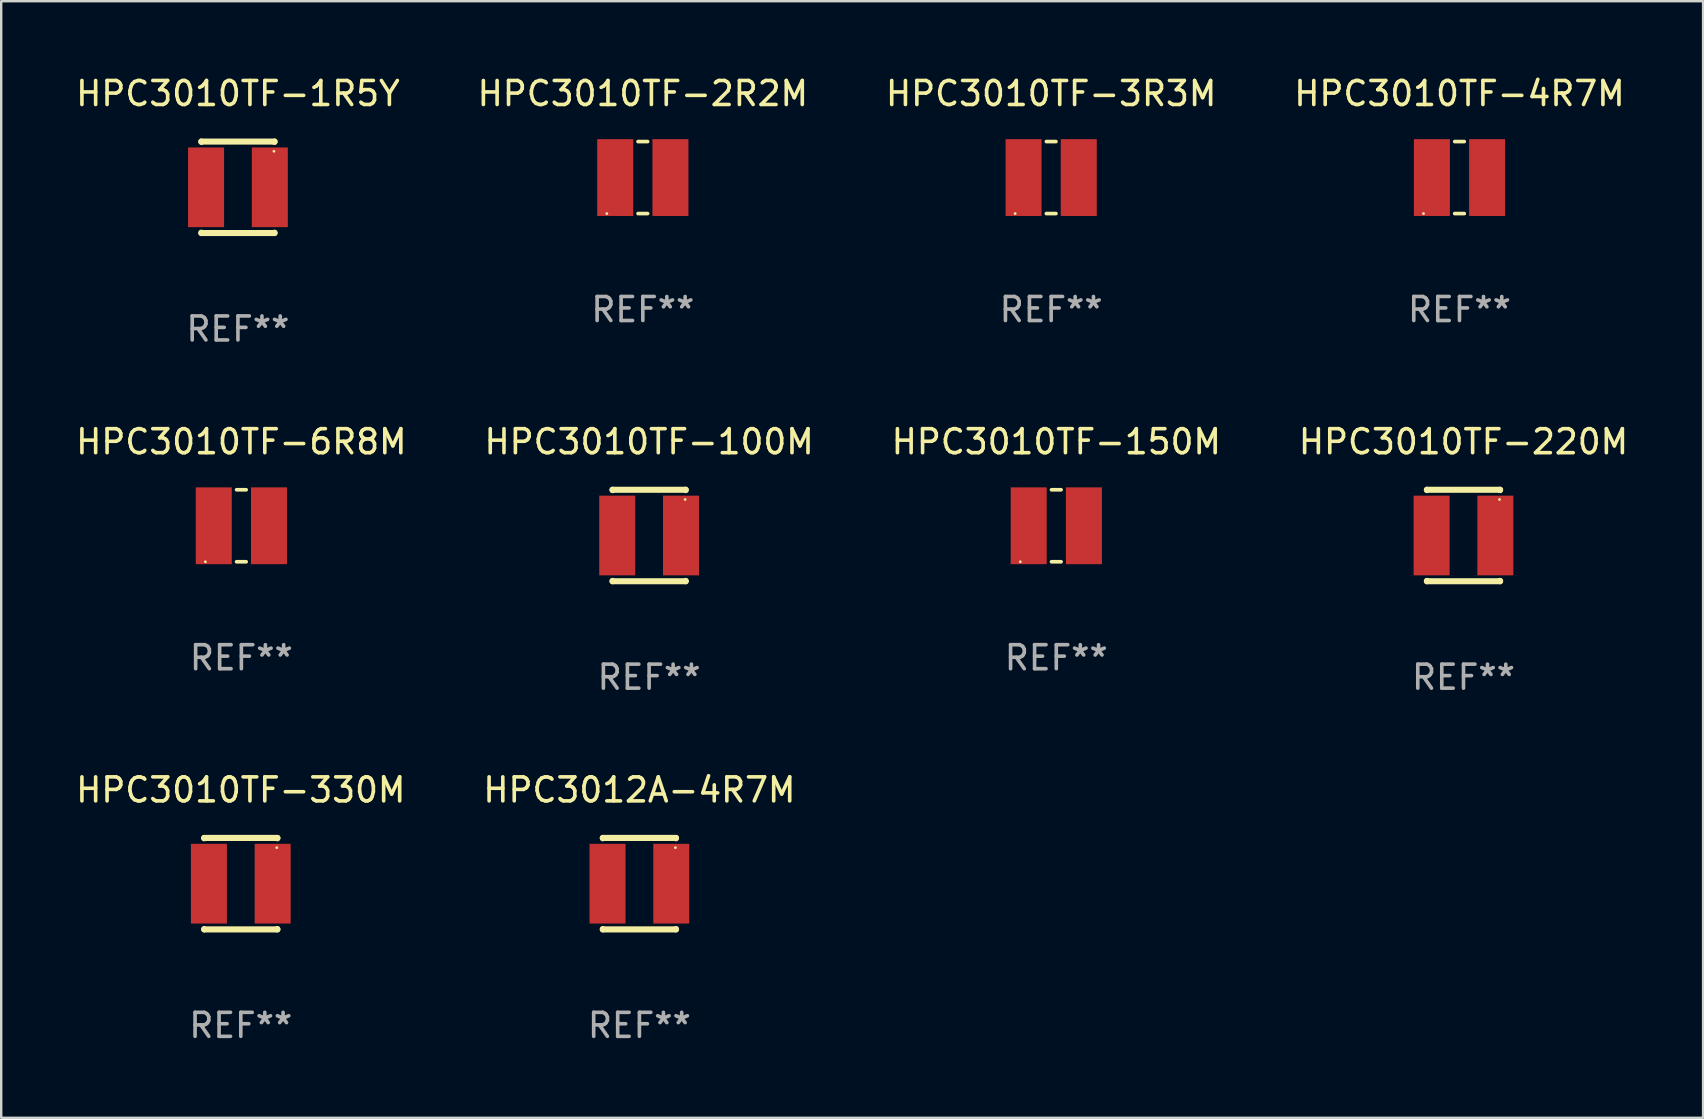
<source format=kicad_pcb>
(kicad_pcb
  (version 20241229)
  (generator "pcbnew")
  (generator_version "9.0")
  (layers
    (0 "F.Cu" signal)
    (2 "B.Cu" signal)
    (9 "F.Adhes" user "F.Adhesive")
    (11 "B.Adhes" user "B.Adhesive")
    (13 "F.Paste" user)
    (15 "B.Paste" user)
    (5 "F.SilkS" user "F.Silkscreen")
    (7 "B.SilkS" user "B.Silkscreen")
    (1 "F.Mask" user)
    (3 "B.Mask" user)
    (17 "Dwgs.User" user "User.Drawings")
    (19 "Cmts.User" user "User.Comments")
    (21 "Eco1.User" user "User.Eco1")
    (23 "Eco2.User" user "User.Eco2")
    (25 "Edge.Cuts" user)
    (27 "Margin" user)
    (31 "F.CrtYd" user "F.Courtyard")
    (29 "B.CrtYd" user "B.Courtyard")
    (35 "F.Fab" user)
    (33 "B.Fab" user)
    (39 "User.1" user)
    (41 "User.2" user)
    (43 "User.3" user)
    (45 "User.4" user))
  (footprint "HPC3010TF-100M"
    (layer "F.Cu")
    (at 23.994 19.26)
    (property "Reference" "HPC3010TF-100M" (at 0 -3.905 0) (layer "F.SilkS") (effects (font (size 1 1) (thickness 0.15))))
    (attr through_hole)
    (fp_line (start -1.524 -1.905) (end 1.524 -1.905) (stroke (width 0.254) (type solid)) (layer "F.SilkS"))
    (fp_line (start -1.524 -1.891) (end -1.524 -1.905) (stroke (width 0.254) (type solid)) (layer "F.SilkS"))
    (fp_line (start -1.524 1.905) (end -1.524 1.891) (stroke (width 0.254) (type solid)) (layer "F.SilkS"))
    (fp_line (start -1.524 1.905) (end 1.524 1.905) (stroke (width 0.254) (type solid)) (layer "F.SilkS"))
    (fp_line (start 1.524 -1.905) (end 1.524 -1.891) (stroke (width 0.254) (type solid)) (layer "F.SilkS"))
    (fp_line (start 1.524 1.891) (end 1.524 1.905) (stroke (width 0.254) (type solid)) (layer "F.SilkS"))
    (fp_circle (center 1.5 -1.5) (end 1.53 -1.5) (stroke (width 0.06) (type solid)) (fill no) (layer "F.SilkS"))
    (fp_text user "REF**" (at 0 5.905 0) (layer "F.Fab") (effects (font (size 1 1) (thickness 0.15))))
    (pad "1" smd rect (at 1.328 0) (size 1.5 3.32) (layers "F.Cu" "F.Mask" "F.Paste"))
    (pad "2" smd rect (at -1.328 0) (size 1.5 3.32) (layers "F.Cu" "F.Mask" "F.Paste")))
  (footprint "HPC3010TF-220M"
    (layer "F.Cu")
    (at 57.923 19.26)
    (property "Reference" "HPC3010TF-220M" (at 0 -3.905 0) (layer "F.SilkS") (effects (font (size 1 1) (thickness 0.15))))
    (attr through_hole)
    (fp_line (start -1.524 -1.905) (end 1.524 -1.905) (stroke (width 0.254) (type solid)) (layer "F.SilkS"))
    (fp_line (start -1.524 -1.891) (end -1.524 -1.905) (stroke (width 0.254) (type solid)) (layer "F.SilkS"))
    (fp_line (start -1.524 1.905) (end -1.524 1.891) (stroke (width 0.254) (type solid)) (layer "F.SilkS"))
    (fp_line (start -1.524 1.905) (end 1.524 1.905) (stroke (width 0.254) (type solid)) (layer "F.SilkS"))
    (fp_line (start 1.524 -1.905) (end 1.524 -1.891) (stroke (width 0.254) (type solid)) (layer "F.SilkS"))
    (fp_line (start 1.524 1.891) (end 1.524 1.905) (stroke (width 0.254) (type solid)) (layer "F.SilkS"))
    (fp_circle (center 1.5 -1.5) (end 1.53 -1.5) (stroke (width 0.06) (type solid)) (fill no) (layer "F.SilkS"))
    (fp_text user "REF**" (at 0 5.905 0) (layer "F.Fab") (effects (font (size 1 1) (thickness 0.15))))
    (pad "1" smd rect (at 1.328 0) (size 1.5 3.32) (layers "F.Cu" "F.Mask" "F.Paste"))
    (pad "2" smd rect (at -1.328 0) (size 1.5 3.32) (layers "F.Cu" "F.Mask" "F.Paste")))
  (footprint "HPC3010TF-6R8M"
    (layer "F.Cu")
    (at 7.006 18.855)
    (property "Reference" "HPC3010TF-6R8M" (at 0 -3.5 0) (layer "F.SilkS") (effects (font (size 1 1) (thickness 0.15))))
    (attr through_hole)
    (fp_line (start -0.2 -1.5) (end 0.2 -1.5) (stroke (width 0.152) (type solid)) (layer "F.SilkS"))
    (fp_line (start 0.2 1.5) (end -0.2 1.5) (stroke (width 0.152) (type solid)) (layer "F.SilkS"))
    (fp_circle (center -1.5 1.5) (end -1.47 1.5) (stroke (width 0.06) (type solid)) (fill no) (layer "F.SilkS"))
    (fp_text user "REF**" (at 0 5.5 0) (layer "F.Fab") (effects (font (size 1 1) (thickness 0.15))))
    (pad "1" smd rect (at -1.15 -0.000025) (size 1.5 3.2) (layers "F.Cu" "F.Mask" "F.Paste"))
    (pad "2" smd rect (at 1.15 -0.000025) (size 1.5 3.2) (layers "F.Cu" "F.Mask" "F.Paste")))
  (footprint "HPC3010TF-150M"
    (layer "F.Cu")
    (at 40.958 18.855)
    (property "Reference" "HPC3010TF-150M" (at 0 -3.5 0) (layer "F.SilkS") (effects (font (size 1 1) (thickness 0.15))))
    (attr through_hole)
    (fp_line (start -0.2 -1.5) (end 0.2 -1.5) (stroke (width 0.152) (type solid)) (layer "F.SilkS"))
    (fp_line (start 0.2 1.5) (end -0.2 1.5) (stroke (width 0.152) (type solid)) (layer "F.SilkS"))
    (fp_circle (center -1.5 1.5) (end -1.47 1.5) (stroke (width 0.06) (type solid)) (fill no) (layer "F.SilkS"))
    (fp_text user "REF**" (at 0 5.5 0) (layer "F.Fab") (effects (font (size 1 1) (thickness 0.15))))
    (pad "1" smd rect (at -1.15 -0.000025) (size 1.5 3.2) (layers "F.Cu" "F.Mask" "F.Paste"))
    (pad "2" smd rect (at 1.15 -0.000025) (size 1.5 3.2) (layers "F.Cu" "F.Mask" "F.Paste")))
  (footprint "HPC3010TF-3R3M"
    (layer "F.Cu")
    (at 40.744 4.348)
    (property "Reference" "HPC3010TF-3R3M" (at 0 -3.5 0) (layer "F.SilkS") (effects (font (size 1 1) (thickness 0.15))))
    (attr through_hole)
    (fp_line (start -0.2 -1.5) (end 0.2 -1.5) (stroke (width 0.152) (type solid)) (layer "F.SilkS"))
    (fp_line (start 0.2 1.5) (end -0.2 1.5) (stroke (width 0.152) (type solid)) (layer "F.SilkS"))
    (fp_circle (center -1.5 1.5) (end -1.47 1.5) (stroke (width 0.06) (type solid)) (fill no) (layer "F.SilkS"))
    (fp_text user "REF**" (at 0 5.5 0) (layer "F.Fab") (effects (font (size 1 1) (thickness 0.15))))
    (pad "1" smd rect (at -1.15 -0.000025) (size 1.5 3.2) (layers "F.Cu" "F.Mask" "F.Paste"))
    (pad "2" smd rect (at 1.15 -0.000025) (size 1.5 3.2) (layers "F.Cu" "F.Mask" "F.Paste")))
  (footprint "HPC3010TF-1R5Y"
    (layer "F.Cu")
    (at 6.863 4.753)
    (property "Reference" "HPC3010TF-1R5Y" (at 0 -3.905 0) (layer "F.SilkS") (effects (font (size 1 1) (thickness 0.15))))
    (attr through_hole)
    (fp_line (start -1.524 -1.905) (end 1.524 -1.905) (stroke (width 0.254) (type solid)) (layer "F.SilkS"))
    (fp_line (start -1.524 -1.891) (end -1.524 -1.905) (stroke (width 0.254) (type solid)) (layer "F.SilkS"))
    (fp_line (start -1.524 1.905) (end -1.524 1.891) (stroke (width 0.254) (type solid)) (layer "F.SilkS"))
    (fp_line (start -1.524 1.905) (end 1.524 1.905) (stroke (width 0.254) (type solid)) (layer "F.SilkS"))
    (fp_line (start 1.524 -1.905) (end 1.524 -1.891) (stroke (width 0.254) (type solid)) (layer "F.SilkS"))
    (fp_line (start 1.524 1.891) (end 1.524 1.905) (stroke (width 0.254) (type solid)) (layer "F.SilkS"))
    (fp_circle (center 1.5 -1.5) (end 1.53 -1.5) (stroke (width 0.06) (type solid)) (fill no) (layer "F.SilkS"))
    (fp_text user "REF**" (at 0 5.905 0) (layer "F.Fab") (effects (font (size 1 1) (thickness 0.15))))
    (pad "1" smd rect (at 1.328 0) (size 1.5 3.32) (layers "F.Cu" "F.Mask" "F.Paste"))
    (pad "2" smd rect (at -1.328 0) (size 1.5 3.32) (layers "F.Cu" "F.Mask" "F.Paste")))
  (footprint "HPC3012A-4R7M"
    (layer "F.Cu")
    (at 23.589 33.766)
    (property "Reference" "HPC3012A-4R7M" (at 0 -3.905 0) (layer "F.SilkS") (effects (font (size 1 1) (thickness 0.15))))
    (attr through_hole)
    (fp_line (start -1.524 -1.905) (end 1.524 -1.905) (stroke (width 0.254) (type solid)) (layer "F.SilkS"))
    (fp_line (start -1.524 -1.891) (end -1.524 -1.905) (stroke (width 0.254) (type solid)) (layer "F.SilkS"))
    (fp_line (start -1.524 1.905) (end -1.524 1.891) (stroke (width 0.254) (type solid)) (layer "F.SilkS"))
    (fp_line (start -1.524 1.905) (end 1.524 1.905) (stroke (width 0.254) (type solid)) (layer "F.SilkS"))
    (fp_line (start 1.524 -1.905) (end 1.524 -1.891) (stroke (width 0.254) (type solid)) (layer "F.SilkS"))
    (fp_line (start 1.524 1.891) (end 1.524 1.905) (stroke (width 0.254) (type solid)) (layer "F.SilkS"))
    (fp_circle (center 1.5 -1.5) (end 1.53 -1.5) (stroke (width 0.06) (type solid)) (fill no) (layer "F.SilkS"))
    (fp_text user "REF**" (at 0 5.905 0) (layer "F.Fab") (effects (font (size 1 1) (thickness 0.15))))
    (pad "1" smd rect (at 1.328 0) (size 1.5 3.32) (layers "F.Cu" "F.Mask" "F.Paste"))
    (pad "2" smd rect (at -1.328 0) (size 1.5 3.32) (layers "F.Cu" "F.Mask" "F.Paste")))
  (footprint "HPC3010TF-330M"
    (layer "F.Cu")
    (at 6.982 33.766)
    (property "Reference" "HPC3010TF-330M" (at 0 -3.905 0) (layer "F.SilkS") (effects (font (size 1 1) (thickness 0.15))))
    (attr through_hole)
    (fp_line (start -1.524 -1.905) (end 1.524 -1.905) (stroke (width 0.254) (type solid)) (layer "F.SilkS"))
    (fp_line (start -1.524 -1.891) (end -1.524 -1.905) (stroke (width 0.254) (type solid)) (layer "F.SilkS"))
    (fp_line (start -1.524 1.905) (end -1.524 1.891) (stroke (width 0.254) (type solid)) (layer "F.SilkS"))
    (fp_line (start -1.524 1.905) (end 1.524 1.905) (stroke (width 0.254) (type solid)) (layer "F.SilkS"))
    (fp_line (start 1.524 -1.905) (end 1.524 -1.891) (stroke (width 0.254) (type solid)) (layer "F.SilkS"))
    (fp_line (start 1.524 1.891) (end 1.524 1.905) (stroke (width 0.254) (type solid)) (layer "F.SilkS"))
    (fp_circle (center 1.5 -1.5) (end 1.53 -1.5) (stroke (width 0.06) (type solid)) (fill no) (layer "F.SilkS"))
    (fp_text user "REF**" (at 0 5.905 0) (layer "F.Fab") (effects (font (size 1 1) (thickness 0.15))))
    (pad "1" smd rect (at 1.328 0) (size 1.5 3.32) (layers "F.Cu" "F.Mask" "F.Paste"))
    (pad "2" smd rect (at -1.328 0) (size 1.5 3.32) (layers "F.Cu" "F.Mask" "F.Paste")))
  (footprint "HPC3010TF-2R2M"
    (layer "F.Cu")
    (at 23.732 4.348)
    (property "Reference" "HPC3010TF-2R2M" (at 0 -3.5 0) (layer "F.SilkS") (effects (font (size 1 1) (thickness 0.15))))
    (attr through_hole)
    (fp_line (start -0.2 -1.5) (end 0.2 -1.5) (stroke (width 0.152) (type solid)) (layer "F.SilkS"))
    (fp_line (start 0.2 1.5) (end -0.2 1.5) (stroke (width 0.152) (type solid)) (layer "F.SilkS"))
    (fp_circle (center -1.5 1.5) (end -1.47 1.5) (stroke (width 0.06) (type solid)) (fill no) (layer "F.SilkS"))
    (fp_text user "REF**" (at 0 5.5 0) (layer "F.Fab") (effects (font (size 1 1) (thickness 0.15))))
    (pad "1" smd rect (at -1.15 -0.000025) (size 1.5 3.2) (layers "F.Cu" "F.Mask" "F.Paste"))
    (pad "2" smd rect (at 1.15 -0.000025) (size 1.5 3.2) (layers "F.Cu" "F.Mask" "F.Paste")))
  (footprint "HPC3010TF-4R7M"
    (layer "F.Cu")
    (at 57.756 4.348)
    (property "Reference" "HPC3010TF-4R7M" (at 0 -3.5 0) (layer "F.SilkS") (effects (font (size 1 1) (thickness 0.15))))
    (attr through_hole)
    (fp_line (start -0.2 -1.5) (end 0.2 -1.5) (stroke (width 0.152) (type solid)) (layer "F.SilkS"))
    (fp_line (start 0.2 1.5) (end -0.2 1.5) (stroke (width 0.152) (type solid)) (layer "F.SilkS"))
    (fp_circle (center -1.5 1.5) (end -1.47 1.5) (stroke (width 0.06) (type solid)) (fill no) (layer "F.SilkS"))
    (fp_text user "REF**" (at 0 5.5 0) (layer "F.Fab") (effects (font (size 1 1) (thickness 0.15))))
    (pad "1" smd rect (at -1.15 -0.000025) (size 1.5 3.2) (layers "F.Cu" "F.Mask" "F.Paste"))
    (pad "2" smd rect (at 1.15 -0.000025) (size 1.5 3.2) (layers "F.Cu" "F.Mask" "F.Paste")))
  (gr_rect
    (start -3 -3)
    (end 67.905 43.52)
    (stroke (width 0.1) (type default))
    (fill no)
    (layer "Edge.Cuts")))
</source>
